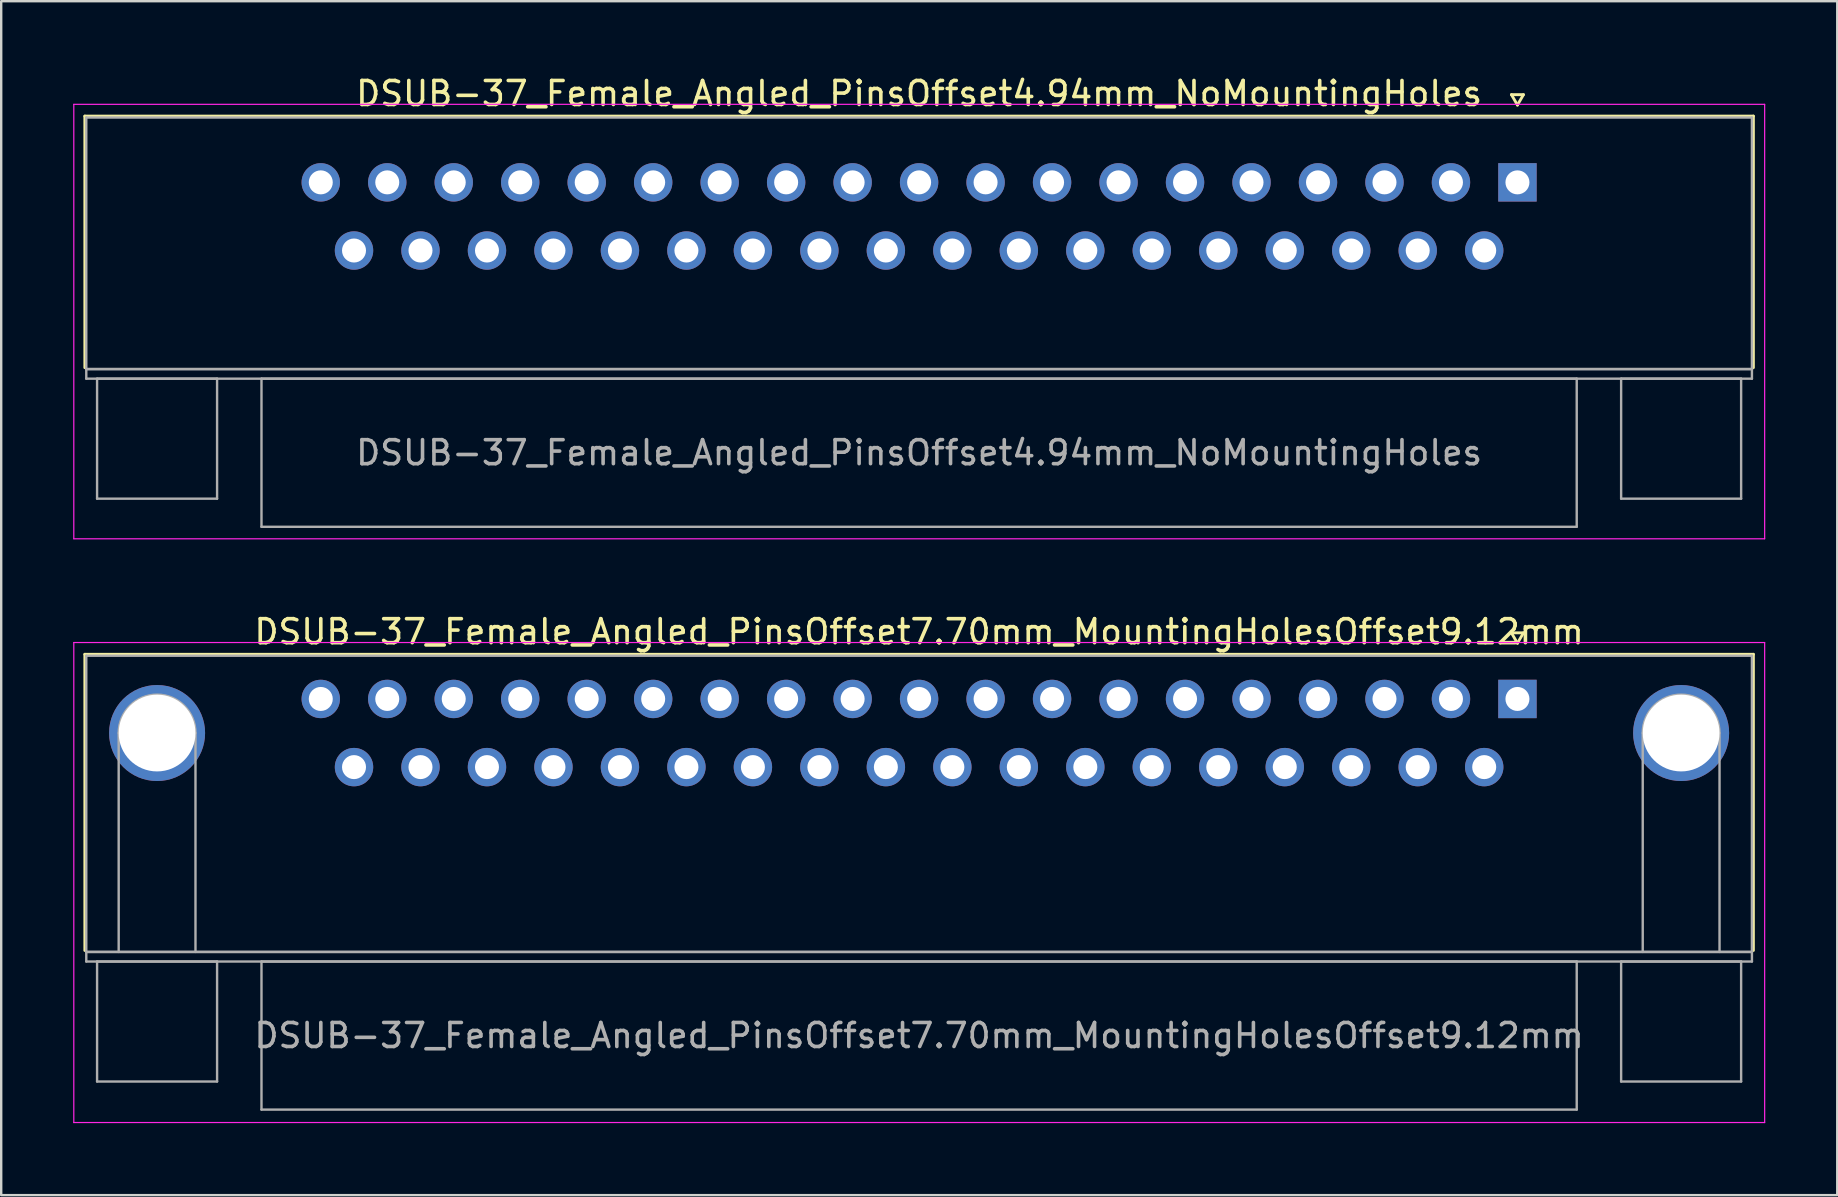
<source format=kicad_pcb>
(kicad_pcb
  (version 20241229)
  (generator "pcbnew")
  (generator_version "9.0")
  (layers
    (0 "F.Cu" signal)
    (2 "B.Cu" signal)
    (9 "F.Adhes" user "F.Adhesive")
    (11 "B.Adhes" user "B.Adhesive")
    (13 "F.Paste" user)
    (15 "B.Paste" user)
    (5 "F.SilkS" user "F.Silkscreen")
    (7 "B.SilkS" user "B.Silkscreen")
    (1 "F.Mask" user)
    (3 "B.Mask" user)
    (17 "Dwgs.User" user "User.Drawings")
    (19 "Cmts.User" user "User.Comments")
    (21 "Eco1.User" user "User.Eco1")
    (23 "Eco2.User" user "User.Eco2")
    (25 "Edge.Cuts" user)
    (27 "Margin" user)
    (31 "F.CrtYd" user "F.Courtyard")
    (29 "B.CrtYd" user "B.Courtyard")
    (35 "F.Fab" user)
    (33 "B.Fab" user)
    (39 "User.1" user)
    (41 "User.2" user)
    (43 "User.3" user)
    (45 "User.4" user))
  (footprint "DSUB-37_Female_Angled_PinsOffset7.70mm_MountingHolesOffset9.12mm"
    (layer "F.Cu")
    (at 60.175 26.072)
    (property "Reference" "DSUB-37_Female_Angled_PinsOffset7.70mm_MountingHolesOffset9.12mm" (at -24.93 -2.8 0) (layer "F.SilkS") (effects (font (size 1 1) (thickness 0.15))))
    (attr through_hole)
    (fp_line (start -59.69 -1.86) (end 9.83 -1.86) (stroke (width 0.12) (type solid)) (layer "F.SilkS"))
    (fp_line (start -59.69 10.48) (end -59.69 -1.86) (stroke (width 0.12) (type solid)) (layer "F.SilkS"))
    (fp_line (start -0.25 -2.754) (end 0.25 -2.754) (stroke (width 0.12) (type solid)) (layer "F.SilkS"))
    (fp_line (start 0 -2.321) (end -0.25 -2.754) (stroke (width 0.12) (type solid)) (layer "F.SilkS"))
    (fp_line (start 0.25 -2.754) (end 0 -2.321) (stroke (width 0.12) (type solid)) (layer "F.SilkS"))
    (fp_line (start 9.83 -1.86) (end 9.83 10.48) (stroke (width 0.12) (type solid)) (layer "F.SilkS"))
    (fp_line (start -60.15 -2.35) (end -60.15 17.65) (stroke (width 0.05) (type solid)) (layer "F.CrtYd"))
    (fp_line (start -60.15 17.65) (end 10.3 17.65) (stroke (width 0.05) (type solid)) (layer "F.CrtYd"))
    (fp_line (start 10.3 -2.35) (end -60.15 -2.35) (stroke (width 0.05) (type solid)) (layer "F.CrtYd"))
    (fp_line (start 10.3 17.65) (end 10.3 -2.35) (stroke (width 0.05) (type solid)) (layer "F.CrtYd"))
    (fp_line (start -59.63 -1.8) (end -59.63 10.54) (stroke (width 0.1) (type solid)) (layer "F.Fab"))
    (fp_line (start -59.63 10.54) (end -59.63 10.94) (stroke (width 0.1) (type solid)) (layer "F.Fab"))
    (fp_line (start -59.63 10.54) (end 9.77 10.54) (stroke (width 0.1) (type solid)) (layer "F.Fab"))
    (fp_line (start -59.63 10.94) (end 9.77 10.94) (stroke (width 0.1) (type solid)) (layer "F.Fab"))
    (fp_line (start -59.18 10.94) (end -59.18 15.94) (stroke (width 0.1) (type solid)) (layer "F.Fab"))
    (fp_line (start -59.18 15.94) (end -54.18 15.94) (stroke (width 0.1) (type solid)) (layer "F.Fab"))
    (fp_line (start -58.28 10.54) (end -58.28 1.42) (stroke (width 0.1) (type solid)) (layer "F.Fab"))
    (fp_line (start -55.08 10.54) (end -55.08 1.42) (stroke (width 0.1) (type solid)) (layer "F.Fab"))
    (fp_line (start -54.18 10.94) (end -59.18 10.94) (stroke (width 0.1) (type solid)) (layer "F.Fab"))
    (fp_line (start -54.18 15.94) (end -54.18 10.94) (stroke (width 0.1) (type solid)) (layer "F.Fab"))
    (fp_line (start -52.33 10.94) (end -52.33 17.11) (stroke (width 0.1) (type solid)) (layer "F.Fab"))
    (fp_line (start -52.33 17.11) (end 2.47 17.11) (stroke (width 0.1) (type solid)) (layer "F.Fab"))
    (fp_line (start 2.47 10.94) (end -52.33 10.94) (stroke (width 0.1) (type solid)) (layer "F.Fab"))
    (fp_line (start 2.47 17.11) (end 2.47 10.94) (stroke (width 0.1) (type solid)) (layer "F.Fab"))
    (fp_line (start 4.32 10.94) (end 4.32 15.94) (stroke (width 0.1) (type solid)) (layer "F.Fab"))
    (fp_line (start 4.32 15.94) (end 9.32 15.94) (stroke (width 0.1) (type solid)) (layer "F.Fab"))
    (fp_line (start 5.22 10.54) (end 5.22 1.42) (stroke (width 0.1) (type solid)) (layer "F.Fab"))
    (fp_line (start 8.42 10.54) (end 8.42 1.42) (stroke (width 0.1) (type solid)) (layer "F.Fab"))
    (fp_line (start 9.32 10.94) (end 4.32 10.94) (stroke (width 0.1) (type solid)) (layer "F.Fab"))
    (fp_line (start 9.32 15.94) (end 9.32 10.94) (stroke (width 0.1) (type solid)) (layer "F.Fab"))
    (fp_line (start 9.77 -1.8) (end -59.63 -1.8) (stroke (width 0.1) (type solid)) (layer "F.Fab"))
    (fp_line (start 9.77 10.54) (end -59.63 10.54) (stroke (width 0.1) (type solid)) (layer "F.Fab"))
    (fp_line (start 9.77 10.54) (end 9.77 -1.8) (stroke (width 0.1) (type solid)) (layer "F.Fab"))
    (fp_line (start 9.77 10.94) (end 9.77 10.54) (stroke (width 0.1) (type solid)) (layer "F.Fab"))
    (fp_arc (start -58.28 1.42) (mid -56.68 -0.18) (end -55.08 1.42) (stroke (width 0.1) (type solid)) (layer "F.Fab"))
    (fp_arc (start 5.22 1.42) (mid 6.82 -0.18) (end 8.42 1.42) (stroke (width 0.1) (type solid)) (layer "F.Fab"))
    (fp_text user "${REFERENCE}" (at -24.93 14.025 0) (layer "F.Fab") (effects (font (size 1 1) (thickness 0.15))))
    (pad "0" thru_hole circle (at -56.68 1.42) (size 4 4) (drill 3.2) (layers "*.Cu" "*.Mask"))
    (pad "0" thru_hole circle (at 6.82 1.42) (size 4 4) (drill 3.2) (layers "*.Cu" "*.Mask"))
    (pad "1" thru_hole rect (at 0 0) (size 1.6 1.6) (drill 1) (layers "*.Cu" "*.Mask"))
    (pad "2" thru_hole circle (at -2.77 0) (size 1.6 1.6) (drill 1) (layers "*.Cu" "*.Mask"))
    (pad "3" thru_hole circle (at -5.54 0) (size 1.6 1.6) (drill 1) (layers "*.Cu" "*.Mask"))
    (pad "4" thru_hole circle (at -8.31 0) (size 1.6 1.6) (drill 1) (layers "*.Cu" "*.Mask"))
    (pad "5" thru_hole circle (at -11.08 0) (size 1.6 1.6) (drill 1) (layers "*.Cu" "*.Mask"))
    (pad "6" thru_hole circle (at -13.85 0) (size 1.6 1.6) (drill 1) (layers "*.Cu" "*.Mask"))
    (pad "7" thru_hole circle (at -16.62 0) (size 1.6 1.6) (drill 1) (layers "*.Cu" "*.Mask"))
    (pad "8" thru_hole circle (at -19.39 0) (size 1.6 1.6) (drill 1) (layers "*.Cu" "*.Mask"))
    (pad "9" thru_hole circle (at -22.16 0) (size 1.6 1.6) (drill 1) (layers "*.Cu" "*.Mask"))
    (pad "10" thru_hole circle (at -24.93 0) (size 1.6 1.6) (drill 1) (layers "*.Cu" "*.Mask"))
    (pad "11" thru_hole circle (at -27.7 0) (size 1.6 1.6) (drill 1) (layers "*.Cu" "*.Mask"))
    (pad "12" thru_hole circle (at -30.47 0) (size 1.6 1.6) (drill 1) (layers "*.Cu" "*.Mask"))
    (pad "13" thru_hole circle (at -33.24 0) (size 1.6 1.6) (drill 1) (layers "*.Cu" "*.Mask"))
    (pad "14" thru_hole circle (at -36.01 0) (size 1.6 1.6) (drill 1) (layers "*.Cu" "*.Mask"))
    (pad "15" thru_hole circle (at -38.78 0) (size 1.6 1.6) (drill 1) (layers "*.Cu" "*.Mask"))
    (pad "16" thru_hole circle (at -41.55 0) (size 1.6 1.6) (drill 1) (layers "*.Cu" "*.Mask"))
    (pad "17" thru_hole circle (at -44.32 0) (size 1.6 1.6) (drill 1) (layers "*.Cu" "*.Mask"))
    (pad "18" thru_hole circle (at -47.09 0) (size 1.6 1.6) (drill 1) (layers "*.Cu" "*.Mask"))
    (pad "19" thru_hole circle (at -49.86 0) (size 1.6 1.6) (drill 1) (layers "*.Cu" "*.Mask"))
    (pad "20" thru_hole circle (at -1.385 2.84) (size 1.6 1.6) (drill 1) (layers "*.Cu" "*.Mask"))
    (pad "21" thru_hole circle (at -4.155 2.84) (size 1.6 1.6) (drill 1) (layers "*.Cu" "*.Mask"))
    (pad "22" thru_hole circle (at -6.925 2.84) (size 1.6 1.6) (drill 1) (layers "*.Cu" "*.Mask"))
    (pad "23" thru_hole circle (at -9.695 2.84) (size 1.6 1.6) (drill 1) (layers "*.Cu" "*.Mask"))
    (pad "24" thru_hole circle (at -12.465 2.84) (size 1.6 1.6) (drill 1) (layers "*.Cu" "*.Mask"))
    (pad "25" thru_hole circle (at -15.235 2.84) (size 1.6 1.6) (drill 1) (layers "*.Cu" "*.Mask"))
    (pad "26" thru_hole circle (at -18.005 2.84) (size 1.6 1.6) (drill 1) (layers "*.Cu" "*.Mask"))
    (pad "27" thru_hole circle (at -20.775 2.84) (size 1.6 1.6) (drill 1) (layers "*.Cu" "*.Mask"))
    (pad "28" thru_hole circle (at -23.545 2.84) (size 1.6 1.6) (drill 1) (layers "*.Cu" "*.Mask"))
    (pad "29" thru_hole circle (at -26.315 2.84) (size 1.6 1.6) (drill 1) (layers "*.Cu" "*.Mask"))
    (pad "30" thru_hole circle (at -29.085 2.84) (size 1.6 1.6) (drill 1) (layers "*.Cu" "*.Mask"))
    (pad "31" thru_hole circle (at -31.855 2.84) (size 1.6 1.6) (drill 1) (layers "*.Cu" "*.Mask"))
    (pad "32" thru_hole circle (at -34.625 2.84) (size 1.6 1.6) (drill 1) (layers "*.Cu" "*.Mask"))
    (pad "33" thru_hole circle (at -37.395 2.84) (size 1.6 1.6) (drill 1) (layers "*.Cu" "*.Mask"))
    (pad "34" thru_hole circle (at -40.165 2.84) (size 1.6 1.6) (drill 1) (layers "*.Cu" "*.Mask"))
    (pad "35" thru_hole circle (at -42.935 2.84) (size 1.6 1.6) (drill 1) (layers "*.Cu" "*.Mask"))
    (pad "36" thru_hole circle (at -45.705 2.84) (size 1.6 1.6) (drill 1) (layers "*.Cu" "*.Mask"))
    (pad "37" thru_hole circle (at -48.475 2.84) (size 1.6 1.6) (drill 1) (layers "*.Cu" "*.Mask")))
  (footprint "DSUB-37_Female_Angled_PinsOffset4.94mm_NoMountingHoles"
    (layer "F.Cu")
    (at 60.175 4.548)
    (property "Reference" "DSUB-37_Female_Angled_PinsOffset4.94mm_NoMountingHoles" (at -24.93 -3.7 0) (layer "F.SilkS") (effects (font (size 1 1) (thickness 0.15))))
    (attr through_hole)
    (fp_line (start -59.69 -2.76) (end 9.83 -2.76) (stroke (width 0.12) (type solid)) (layer "F.SilkS"))
    (fp_line (start -59.69 7.72) (end -59.69 -2.76) (stroke (width 0.12) (type solid)) (layer "F.SilkS"))
    (fp_line (start -0.25 -3.654) (end 0.25 -3.654) (stroke (width 0.12) (type solid)) (layer "F.SilkS"))
    (fp_line (start 0 -3.221) (end -0.25 -3.654) (stroke (width 0.12) (type solid)) (layer "F.SilkS"))
    (fp_line (start 0.25 -3.654) (end 0 -3.221) (stroke (width 0.12) (type solid)) (layer "F.SilkS"))
    (fp_line (start 9.83 -2.76) (end 9.83 7.72) (stroke (width 0.12) (type solid)) (layer "F.SilkS"))
    (fp_line (start -60.15 -3.25) (end -60.15 14.85) (stroke (width 0.05) (type solid)) (layer "F.CrtYd"))
    (fp_line (start -60.15 14.85) (end 10.3 14.85) (stroke (width 0.05) (type solid)) (layer "F.CrtYd"))
    (fp_line (start 10.3 -3.25) (end -60.15 -3.25) (stroke (width 0.05) (type solid)) (layer "F.CrtYd"))
    (fp_line (start 10.3 14.85) (end 10.3 -3.25) (stroke (width 0.05) (type solid)) (layer "F.CrtYd"))
    (fp_line (start -59.63 -2.7) (end -59.63 7.78) (stroke (width 0.1) (type solid)) (layer "F.Fab"))
    (fp_line (start -59.63 7.78) (end -59.63 8.18) (stroke (width 0.1) (type solid)) (layer "F.Fab"))
    (fp_line (start -59.63 7.78) (end 9.77 7.78) (stroke (width 0.1) (type solid)) (layer "F.Fab"))
    (fp_line (start -59.63 8.18) (end 9.77 8.18) (stroke (width 0.1) (type solid)) (layer "F.Fab"))
    (fp_line (start -59.18 8.18) (end -59.18 13.18) (stroke (width 0.1) (type solid)) (layer "F.Fab"))
    (fp_line (start -59.18 13.18) (end -54.18 13.18) (stroke (width 0.1) (type solid)) (layer "F.Fab"))
    (fp_line (start -54.18 8.18) (end -59.18 8.18) (stroke (width 0.1) (type solid)) (layer "F.Fab"))
    (fp_line (start -54.18 13.18) (end -54.18 8.18) (stroke (width 0.1) (type solid)) (layer "F.Fab"))
    (fp_line (start -52.33 8.18) (end -52.33 14.35) (stroke (width 0.1) (type solid)) (layer "F.Fab"))
    (fp_line (start -52.33 14.35) (end 2.47 14.35) (stroke (width 0.1) (type solid)) (layer "F.Fab"))
    (fp_line (start 2.47 8.18) (end -52.33 8.18) (stroke (width 0.1) (type solid)) (layer "F.Fab"))
    (fp_line (start 2.47 14.35) (end 2.47 8.18) (stroke (width 0.1) (type solid)) (layer "F.Fab"))
    (fp_line (start 4.32 8.18) (end 4.32 13.18) (stroke (width 0.1) (type solid)) (layer "F.Fab"))
    (fp_line (start 4.32 13.18) (end 9.32 13.18) (stroke (width 0.1) (type solid)) (layer "F.Fab"))
    (fp_line (start 9.32 8.18) (end 4.32 8.18) (stroke (width 0.1) (type solid)) (layer "F.Fab"))
    (fp_line (start 9.32 13.18) (end 9.32 8.18) (stroke (width 0.1) (type solid)) (layer "F.Fab"))
    (fp_line (start 9.77 -2.7) (end -59.63 -2.7) (stroke (width 0.1) (type solid)) (layer "F.Fab"))
    (fp_line (start 9.77 7.78) (end -59.63 7.78) (stroke (width 0.1) (type solid)) (layer "F.Fab"))
    (fp_line (start 9.77 7.78) (end 9.77 -2.7) (stroke (width 0.1) (type solid)) (layer "F.Fab"))
    (fp_line (start 9.77 8.18) (end 9.77 7.78) (stroke (width 0.1) (type solid)) (layer "F.Fab"))
    (fp_text user "${REFERENCE}" (at -24.93 11.265 0) (layer "F.Fab") (effects (font (size 1 1) (thickness 0.15))))
    (pad "1" thru_hole rect (at 0 0) (size 1.6 1.6) (drill 1) (layers "*.Cu" "*.Mask"))
    (pad "2" thru_hole circle (at -2.77 0) (size 1.6 1.6) (drill 1) (layers "*.Cu" "*.Mask"))
    (pad "3" thru_hole circle (at -5.54 0) (size 1.6 1.6) (drill 1) (layers "*.Cu" "*.Mask"))
    (pad "4" thru_hole circle (at -8.31 0) (size 1.6 1.6) (drill 1) (layers "*.Cu" "*.Mask"))
    (pad "5" thru_hole circle (at -11.08 0) (size 1.6 1.6) (drill 1) (layers "*.Cu" "*.Mask"))
    (pad "6" thru_hole circle (at -13.85 0) (size 1.6 1.6) (drill 1) (layers "*.Cu" "*.Mask"))
    (pad "7" thru_hole circle (at -16.62 0) (size 1.6 1.6) (drill 1) (layers "*.Cu" "*.Mask"))
    (pad "8" thru_hole circle (at -19.39 0) (size 1.6 1.6) (drill 1) (layers "*.Cu" "*.Mask"))
    (pad "9" thru_hole circle (at -22.16 0) (size 1.6 1.6) (drill 1) (layers "*.Cu" "*.Mask"))
    (pad "10" thru_hole circle (at -24.93 0) (size 1.6 1.6) (drill 1) (layers "*.Cu" "*.Mask"))
    (pad "11" thru_hole circle (at -27.7 0) (size 1.6 1.6) (drill 1) (layers "*.Cu" "*.Mask"))
    (pad "12" thru_hole circle (at -30.47 0) (size 1.6 1.6) (drill 1) (layers "*.Cu" "*.Mask"))
    (pad "13" thru_hole circle (at -33.24 0) (size 1.6 1.6) (drill 1) (layers "*.Cu" "*.Mask"))
    (pad "14" thru_hole circle (at -36.01 0) (size 1.6 1.6) (drill 1) (layers "*.Cu" "*.Mask"))
    (pad "15" thru_hole circle (at -38.78 0) (size 1.6 1.6) (drill 1) (layers "*.Cu" "*.Mask"))
    (pad "16" thru_hole circle (at -41.55 0) (size 1.6 1.6) (drill 1) (layers "*.Cu" "*.Mask"))
    (pad "17" thru_hole circle (at -44.32 0) (size 1.6 1.6) (drill 1) (layers "*.Cu" "*.Mask"))
    (pad "18" thru_hole circle (at -47.09 0) (size 1.6 1.6) (drill 1) (layers "*.Cu" "*.Mask"))
    (pad "19" thru_hole circle (at -49.86 0) (size 1.6 1.6) (drill 1) (layers "*.Cu" "*.Mask"))
    (pad "20" thru_hole circle (at -1.385 2.84) (size 1.6 1.6) (drill 1) (layers "*.Cu" "*.Mask"))
    (pad "21" thru_hole circle (at -4.155 2.84) (size 1.6 1.6) (drill 1) (layers "*.Cu" "*.Mask"))
    (pad "22" thru_hole circle (at -6.925 2.84) (size 1.6 1.6) (drill 1) (layers "*.Cu" "*.Mask"))
    (pad "23" thru_hole circle (at -9.695 2.84) (size 1.6 1.6) (drill 1) (layers "*.Cu" "*.Mask"))
    (pad "24" thru_hole circle (at -12.465 2.84) (size 1.6 1.6) (drill 1) (layers "*.Cu" "*.Mask"))
    (pad "25" thru_hole circle (at -15.235 2.84) (size 1.6 1.6) (drill 1) (layers "*.Cu" "*.Mask"))
    (pad "26" thru_hole circle (at -18.005 2.84) (size 1.6 1.6) (drill 1) (layers "*.Cu" "*.Mask"))
    (pad "27" thru_hole circle (at -20.775 2.84) (size 1.6 1.6) (drill 1) (layers "*.Cu" "*.Mask"))
    (pad "28" thru_hole circle (at -23.545 2.84) (size 1.6 1.6) (drill 1) (layers "*.Cu" "*.Mask"))
    (pad "29" thru_hole circle (at -26.315 2.84) (size 1.6 1.6) (drill 1) (layers "*.Cu" "*.Mask"))
    (pad "30" thru_hole circle (at -29.085 2.84) (size 1.6 1.6) (drill 1) (layers "*.Cu" "*.Mask"))
    (pad "31" thru_hole circle (at -31.855 2.84) (size 1.6 1.6) (drill 1) (layers "*.Cu" "*.Mask"))
    (pad "32" thru_hole circle (at -34.625 2.84) (size 1.6 1.6) (drill 1) (layers "*.Cu" "*.Mask"))
    (pad "33" thru_hole circle (at -37.395 2.84) (size 1.6 1.6) (drill 1) (layers "*.Cu" "*.Mask"))
    (pad "34" thru_hole circle (at -40.165 2.84) (size 1.6 1.6) (drill 1) (layers "*.Cu" "*.Mask"))
    (pad "35" thru_hole circle (at -42.935 2.84) (size 1.6 1.6) (drill 1) (layers "*.Cu" "*.Mask"))
    (pad "36" thru_hole circle (at -45.705 2.84) (size 1.6 1.6) (drill 1) (layers "*.Cu" "*.Mask"))
    (pad "37" thru_hole circle (at -48.475 2.84) (size 1.6 1.6) (drill 1) (layers "*.Cu" "*.Mask")))
  (gr_rect
    (start -3 -3)
    (end 73.5 46.746)
    (stroke (width 0.1) (type default))
    (fill no)
    (layer "Edge.Cuts")))
</source>
